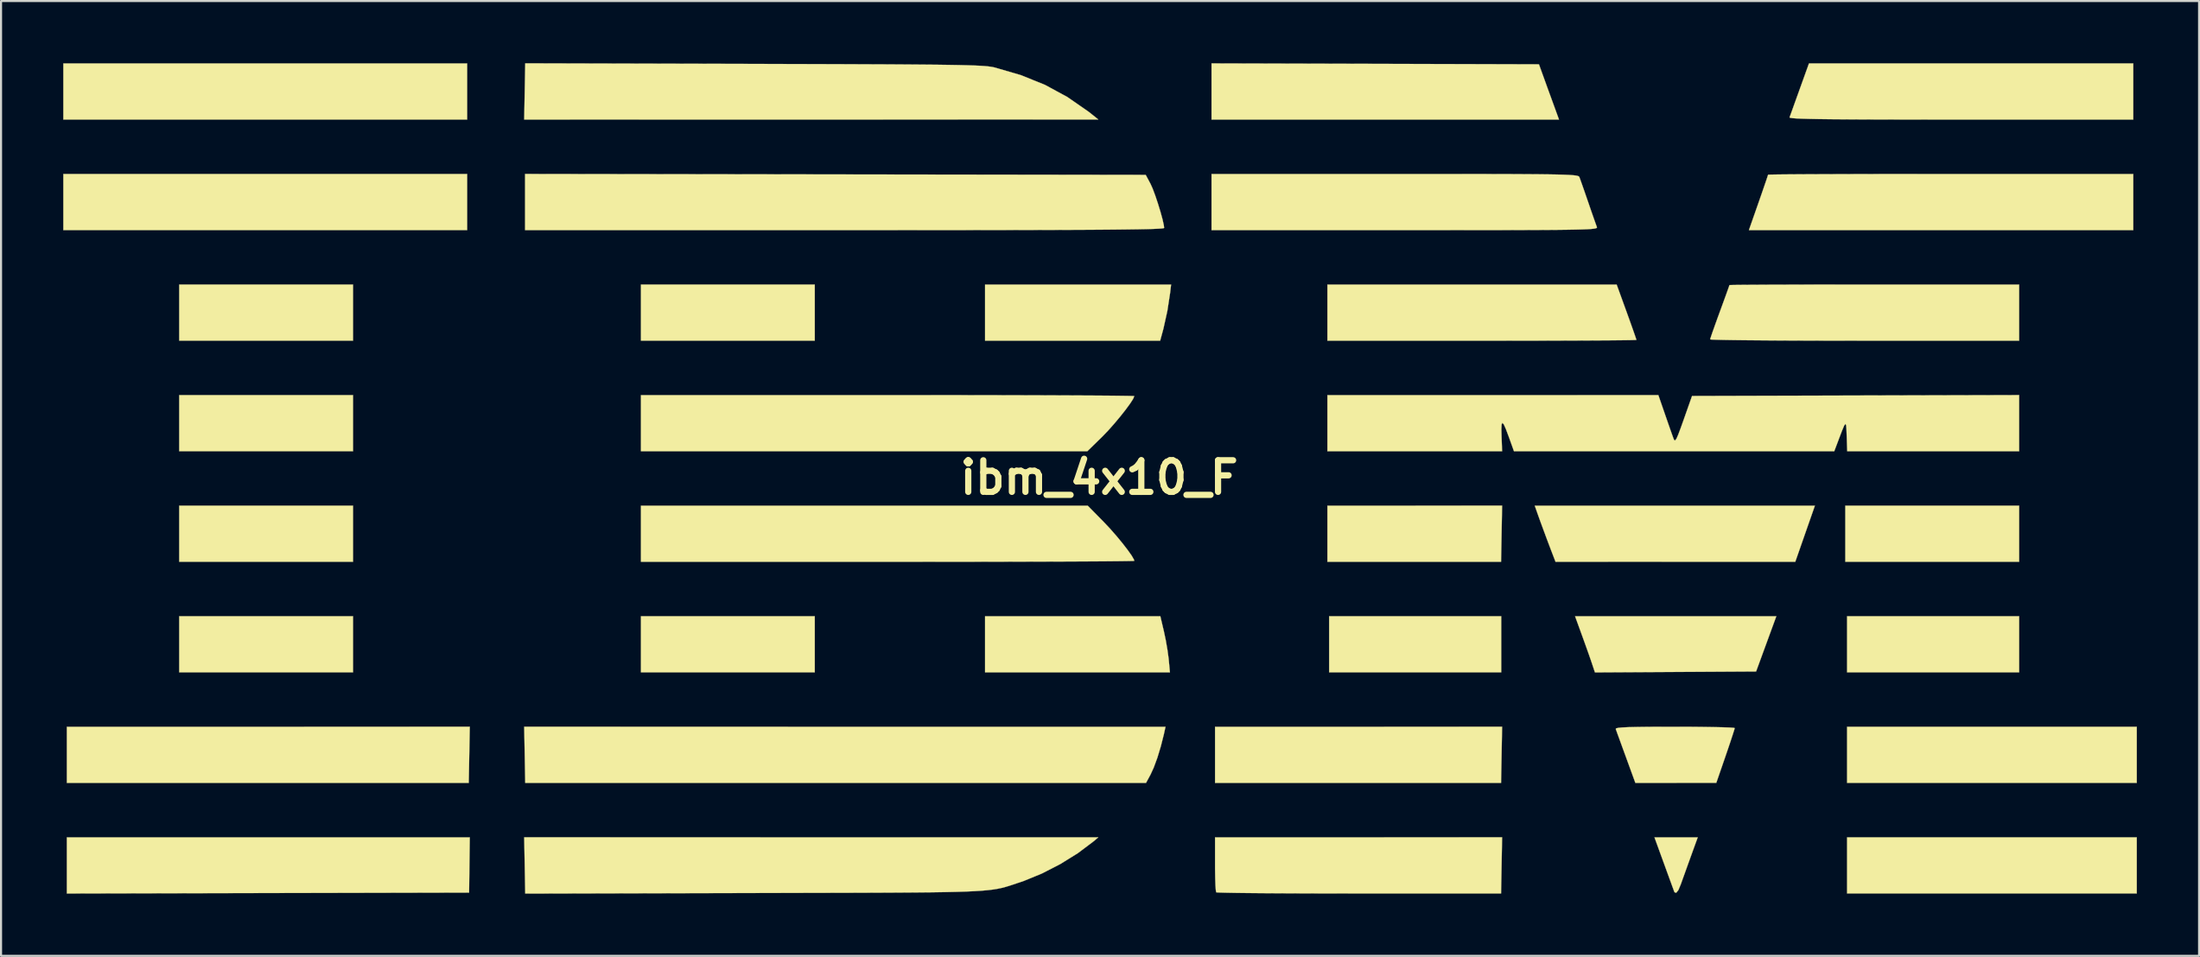
<source format=kicad_pcb>
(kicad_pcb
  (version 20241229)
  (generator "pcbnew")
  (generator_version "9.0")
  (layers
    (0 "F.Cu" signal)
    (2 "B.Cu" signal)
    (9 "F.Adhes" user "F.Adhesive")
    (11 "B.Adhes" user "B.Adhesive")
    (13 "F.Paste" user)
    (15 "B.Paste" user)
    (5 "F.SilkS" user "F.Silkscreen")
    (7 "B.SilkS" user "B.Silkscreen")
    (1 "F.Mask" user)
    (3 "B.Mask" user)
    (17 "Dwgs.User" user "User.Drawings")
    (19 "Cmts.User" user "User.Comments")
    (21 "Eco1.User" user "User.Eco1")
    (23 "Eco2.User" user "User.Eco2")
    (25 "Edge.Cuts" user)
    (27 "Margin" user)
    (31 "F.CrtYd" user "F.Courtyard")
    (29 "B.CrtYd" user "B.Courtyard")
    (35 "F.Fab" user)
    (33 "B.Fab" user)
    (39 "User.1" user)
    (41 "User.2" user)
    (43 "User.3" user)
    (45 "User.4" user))
  (footprint "ibm_4x10_F"
    (layer "F.Cu")
    (at 49.958 19.991)
    (property "Reference" "ibm_4x10_F" (at 0 0 0) (layer "F.SilkS") (effects (font (size 1.524 1.524) (thickness 0.3))))
    (attr through_hole)
    (fp_poly (pts (xy -35.983 -6.604) (xy -44.365 -6.604) (xy -44.365 -9.313) (xy -35.983 -9.313) (xy -35.983 -6.604)) (stroke (width 0.01) (type solid)) (fill yes) (layer "F.SilkS"))
    (fp_poly (pts (xy -35.983 -1.27) (xy -44.365 -1.27) (xy -44.365 -3.979) (xy -35.983 -3.979) (xy -35.983 -1.27)) (stroke (width 0.01) (type solid)) (fill yes) (layer "F.SilkS"))
    (fp_poly (pts (xy -35.983 4.064) (xy -44.365 4.064) (xy -44.365 1.355) (xy -35.983 1.355) (xy -35.983 4.064)) (stroke (width 0.01) (type solid)) (fill yes) (layer "F.SilkS"))
    (fp_poly (pts (xy -35.983 9.398) (xy -44.365 9.398) (xy -44.365 6.689) (xy -35.983 6.689) (xy -35.983 9.398)) (stroke (width 0.01) (type solid)) (fill yes) (layer "F.SilkS"))
    (fp_poly (pts (xy -30.48 -17.272) (xy -49.953 -17.272) (xy -49.953 -19.981) (xy -30.48 -19.981) (xy -30.48 -17.272)) (stroke (width 0.01) (type solid)) (fill yes) (layer "F.SilkS"))
    (fp_poly (pts (xy -30.48 -11.938) (xy -49.953 -11.938) (xy -49.953 -14.647) (xy -30.48 -14.647) (xy -30.48 -11.938)) (stroke (width 0.01) (type solid)) (fill yes) (layer "F.SilkS"))
    (fp_poly (pts (xy -13.716 -6.604) (xy -22.098 -6.604) (xy -22.098 -9.313) (xy -13.716 -9.313) (xy -13.716 -6.604)) (stroke (width 0.01) (type solid)) (fill yes) (layer "F.SilkS"))
    (fp_poly (pts (xy -13.716 9.398) (xy -22.098 9.398) (xy -22.098 6.689) (xy -13.716 6.689) (xy -13.716 9.398)) (stroke (width 0.01) (type solid)) (fill yes) (layer "F.SilkS"))
    (fp_poly (pts (xy 19.389 9.398) (xy 11.091 9.398) (xy 11.091 6.689) (xy 19.389 6.689) (xy 19.389 9.398)) (stroke (width 0.01) (type solid)) (fill yes) (layer "F.SilkS"))
    (fp_poly (pts (xy 44.365 4.064) (xy 35.983 4.064) (xy 35.983 1.355) (xy 44.365 1.355) (xy 44.365 4.064)) (stroke (width 0.01) (type solid)) (fill yes) (layer "F.SilkS"))
    (fp_poly (pts (xy 44.365 9.398) (xy 36.068 9.398) (xy 36.068 6.689) (xy 44.365 6.689) (xy 44.365 9.398)) (stroke (width 0.01) (type solid)) (fill yes) (layer "F.SilkS"))
    (fp_poly (pts (xy 50.038 14.732) (xy 36.068 14.732) (xy 36.068 12.023) (xy 50.038 12.023) (xy 50.038 14.732)) (stroke (width 0.01) (type solid)) (fill yes) (layer "F.SilkS"))
    (fp_poly (pts (xy 50.038 20.066) (xy 36.068 20.066) (xy 36.068 17.357) (xy 50.038 17.357) (xy 50.038 20.066)) (stroke (width 0.01) (type solid)) (fill yes) (layer "F.SilkS"))
    (fp_poly (pts (xy -30.378 13.377) (xy -30.403 14.732) (xy -49.784 14.732) (xy -49.784 12.023) (xy -40.069 12.023) (xy -30.353 12.022) (xy -30.378 13.377)) (stroke (width 0.01) (type solid)) (fill yes) (layer "F.SilkS"))
    (fp_poly (pts (xy 19.406 2.709) (xy 19.381 4.064) (xy 11.007 4.064) (xy 11.007 1.355) (xy 15.219 1.355) (xy 19.431 1.354) (xy 19.406 2.709)) (stroke (width 0.01) (type solid)) (fill yes) (layer "F.SilkS"))
    (fp_poly (pts (xy 19.406 13.377) (xy 19.381 14.732) (xy 5.588 14.732) (xy 5.588 12.023) (xy 12.509 12.023) (xy 19.431 12.022) (xy 19.406 13.377)) (stroke (width 0.01) (type solid)) (fill yes) (layer "F.SilkS"))
    (fp_poly (pts (xy -30.37 18.69) (xy -30.386 20.024) (xy -40.085 20.045) (xy -49.784 20.067) (xy -49.784 17.357) (xy -40.069 17.357) (xy -30.353 17.357) (xy -30.37 18.69)) (stroke (width 0.01) (type solid)) (fill yes) (layer "F.SilkS"))
    (fp_poly (pts (xy 3.421 -8.911) (xy 3.288 -8.042) (xy 3.101 -7.198) (xy 3.073 -7.091) (xy 2.941 -6.604) (xy -5.503 -6.604) (xy -5.503 -9.313) (xy 3.468 -9.313) (xy 3.421 -8.911)) (stroke (width 0.01) (type solid)) (fill yes) (layer "F.SilkS"))
    (fp_poly (pts (xy 3.123 7.429) (xy 3.214 7.862) (xy 3.294 8.326) (xy 3.349 8.731) (xy 3.354 8.784) (xy 3.411 9.398) (xy -5.503 9.398) (xy -5.503 6.689) (xy 2.949 6.689) (xy 3.123 7.429)) (stroke (width 0.01) (type solid)) (fill yes) (layer "F.SilkS"))
    (fp_poly (pts (xy 31.68 9.356) (xy 23.909 9.4) (xy 23.775 8.997) (xy 23.692 8.752) (xy 23.568 8.399) (xy 23.421 7.988) (xy 23.296 7.641) (xy 22.95 6.689) (xy 32.656 6.689) (xy 31.68 9.356)) (stroke (width 0.01) (type solid)) (fill yes) (layer "F.SilkS"))
    (fp_poly (pts (xy -12.264 12.023) (xy 3.199 12.023) (xy 3.12 12.383) (xy 2.975 12.959) (xy 2.807 13.514) (xy 2.629 13.997) (xy 2.476 14.33) (xy 2.259 14.732) (xy -27.678 14.732) (xy -27.728 12.022) (xy -12.264 12.023)) (stroke (width 0.01) (type solid)) (fill yes) (layer "F.SilkS"))
    (fp_poly (pts (xy 13.313 -19.961) (xy 21.208 -19.939) (xy 21.391 -19.431) (xy 21.503 -19.122) (xy 21.648 -18.72) (xy 21.804 -18.292) (xy 21.875 -18.098) (xy 22.175 -17.272) (xy 5.419 -17.272) (xy 5.419 -19.982) (xy 13.313 -19.961)) (stroke (width 0.01) (type solid)) (fill yes) (layer "F.SilkS"))
    (fp_poly (pts (xy 34.043 2.708) (xy 33.57 4.062) (xy 27.79 4.063) (xy 22.009 4.064) (xy 21.919 3.831) (xy 21.777 3.461) (xy 21.609 3.017) (xy 21.438 2.556) (xy 21.283 2.135) (xy 21.167 1.813) (xy 21.162 1.799) (xy 21.006 1.355) (xy 34.516 1.355) (xy 34.043 2.708)) (stroke (width 0.01) (type solid)) (fill yes) (layer "F.SilkS"))
    (fp_poly (pts (xy 28.521 18.309) (xy 28.372 18.723) (xy 28.231 19.116) (xy 28.115 19.438) (xy 28.05 19.621) (xy 27.932 19.903) (xy 27.829 20.033) (xy 27.748 20.007) (xy 27.729 19.966) (xy 27.687 19.851) (xy 27.598 19.607) (xy 27.473 19.264) (xy 27.323 18.853) (xy 27.233 18.605) (xy 26.779 17.357) (xy 28.866 17.357) (xy 28.521 18.309)) (stroke (width 0.01) (type solid)) (fill yes) (layer "F.SilkS"))
    (fp_poly (pts (xy 25.432 -7.997) (xy 25.591 -7.556) (xy 25.727 -7.173) (xy 25.831 -6.875) (xy 25.894 -6.69) (xy 25.908 -6.642) (xy 25.825 -6.637) (xy 25.585 -6.631) (xy 25.2 -6.626) (xy 24.682 -6.621) (xy 24.043 -6.617) (xy 23.295 -6.613) (xy 22.45 -6.61) (xy 21.52 -6.607) (xy 20.518 -6.606) (xy 19.455 -6.604) (xy 18.457 -6.604) (xy 11.007 -6.604) (xy 11.007 -9.313) (xy 24.955 -9.313) (xy 25.432 -7.997)) (stroke (width 0.01) (type solid)) (fill yes) (layer "F.SilkS"))
    (fp_poly (pts (xy 49.869 -11.938) (xy 31.334 -11.938) (xy 31.796 -13.257) (xy 31.95 -13.699) (xy 32.082 -14.082) (xy 32.184 -14.38) (xy 32.244 -14.564) (xy 32.258 -14.611) (xy 32.341 -14.616) (xy 32.582 -14.621) (xy 32.97 -14.626) (xy 33.494 -14.63) (xy 34.143 -14.634) (xy 34.906 -14.637) (xy 35.771 -14.64) (xy 36.728 -14.643) (xy 37.766 -14.645) (xy 38.872 -14.646) (xy 40.037 -14.647) (xy 41.063 -14.647) (xy 49.869 -14.647) (xy 49.869 -11.938)) (stroke (width 0.01) (type solid)) (fill yes) (layer "F.SilkS"))
    (fp_poly (pts (xy 19.406 18.711) (xy 19.381 20.066) (xy 12.541 20.066) (xy 11.479 20.065) (xy 10.467 20.063) (xy 9.516 20.06) (xy 8.64 20.056) (xy 7.852 20.051) (xy 7.163 20.045) (xy 6.587 20.038) (xy 6.137 20.03) (xy 5.825 20.022) (xy 5.664 20.013) (xy 5.644 20.01) (xy 5.625 19.909) (xy 5.608 19.671) (xy 5.596 19.324) (xy 5.589 18.9) (xy 5.588 18.655) (xy 5.588 17.357) (xy 12.509 17.357) (xy 19.431 17.356) (xy 19.406 18.711)) (stroke (width 0.01) (type solid)) (fill yes) (layer "F.SilkS"))
    (fp_poly (pts (xy 49.869 -17.272) (xy 41.562 -17.272) (xy 40.144 -17.272) (xy 38.886 -17.274) (xy 37.782 -17.276) (xy 36.821 -17.279) (xy 35.997 -17.284) (xy 35.3 -17.289) (xy 34.722 -17.296) (xy 34.255 -17.305) (xy 33.891 -17.315) (xy 33.622 -17.327) (xy 33.438 -17.341) (xy 33.331 -17.356) (xy 33.294 -17.374) (xy 33.294 -17.378) (xy 33.335 -17.491) (xy 33.423 -17.733) (xy 33.545 -18.075) (xy 33.693 -18.485) (xy 33.782 -18.733) (xy 34.231 -19.981) (xy 49.869 -19.981) (xy 49.869 -17.272)) (stroke (width 0.01) (type solid)) (fill yes) (layer "F.SilkS"))
    (fp_poly (pts (xy 0.216 2.138) (xy 0.522 2.463) (xy 0.832 2.816) (xy 1.123 3.169) (xy 1.375 3.495) (xy 1.567 3.766) (xy 1.676 3.956) (xy 1.693 4.017) (xy 1.61 4.023) (xy 1.367 4.028) (xy 0.974 4.033) (xy 0.441 4.038) (xy -0.224 4.043) (xy -1.01 4.047) (xy -1.909 4.051) (xy -2.909 4.054) (xy -4.003 4.057) (xy -5.18 4.06) (xy -6.43 4.062) (xy -7.745 4.063) (xy -9.114 4.064) (xy -10.202 4.064) (xy -22.098 4.064) (xy -22.098 1.355) (xy -0.554 1.355) (xy 0.216 2.138)) (stroke (width 0.01) (type solid)) (fill yes) (layer "F.SilkS"))
    (fp_poly (pts (xy -8.798 -3.979) (xy -7.44 -3.978) (xy -6.139 -3.976) (xy -4.905 -3.974) (xy -3.746 -3.971) (xy -2.673 -3.968) (xy -1.695 -3.964) (xy -0.821 -3.96) (xy -0.062 -3.956) (xy 0.574 -3.951) (xy 1.077 -3.945) (xy 1.436 -3.94) (xy 1.644 -3.934) (xy 1.693 -3.93) (xy 1.64 -3.799) (xy 1.494 -3.573) (xy 1.278 -3.278) (xy 1.014 -2.944) (xy 0.724 -2.598) (xy 0.432 -2.268) (xy 0.159 -1.984) (xy 0.137 -1.962) (xy -0.572 -1.27) (xy -22.098 -1.27) (xy -22.098 -3.979) (xy -10.202 -3.979) (xy -8.798 -3.979)) (stroke (width 0.01) (type solid)) (fill yes) (layer "F.SilkS"))
    (fp_poly (pts (xy 28.442 12.024) (xy 29.065 12.03) (xy 29.611 12.038) (xy 30.062 12.048) (xy 30.398 12.06) (xy 30.599 12.074) (xy 30.649 12.086) (xy 30.623 12.184) (xy 30.55 12.413) (xy 30.441 12.746) (xy 30.303 13.153) (xy 30.205 13.44) (xy 29.76 14.731) (xy 25.859 14.732) (xy 25.404 13.483) (xy 25.245 13.047) (xy 25.106 12.664) (xy 24.996 12.363) (xy 24.928 12.174) (xy 24.911 12.129) (xy 24.934 12.099) (xy 25.036 12.075) (xy 25.229 12.056) (xy 25.527 12.042) (xy 25.944 12.033) (xy 26.494 12.026) (xy 27.191 12.023) (xy 27.762 12.023) (xy 28.442 12.024)) (stroke (width 0.01) (type solid)) (fill yes) (layer "F.SilkS"))
    (fp_poly (pts (xy -16.654 -19.958) (xy -15.051 -19.953) (xy -13.609 -19.949) (xy -12.318 -19.945) (xy -11.169 -19.94) (xy -10.154 -19.936) (xy -9.264 -19.93) (xy -8.489 -19.924) (xy -7.82 -19.918) (xy -7.249 -19.91) (xy -6.767 -19.902) (xy -6.365 -19.892) (xy -6.033 -19.881) (xy -5.764 -19.869) (xy -5.547 -19.855) (xy -5.374 -19.84) (xy -5.235 -19.822) (xy -5.123 -19.803) (xy -5.038 -19.784) (xy -3.767 -19.413) (xy -2.611 -18.945) (xy -1.535 -18.361) (xy -0.506 -17.647) (xy -0.254 -17.447) (xy -0.042 -17.276) (xy -13.885 -17.274) (xy -27.728 -17.272) (xy -27.703 -18.629) (xy -27.678 -19.986) (xy -16.654 -19.958)) (stroke (width 0.01) (type solid)) (fill yes) (layer "F.SilkS"))
    (fp_poly (pts (xy -12.721 -14.626) (xy 2.244 -14.605) (xy 2.474 -14.174) (xy 2.58 -13.939) (xy 2.705 -13.604) (xy 2.835 -13.215) (xy 2.957 -12.815) (xy 3.056 -12.452) (xy 3.118 -12.17) (xy 3.132 -12.044) (xy 3.102 -12.03) (xy 3.008 -12.018) (xy 2.843 -12.007) (xy 2.601 -11.996) (xy 2.277 -11.987) (xy 1.863 -11.979) (xy 1.354 -11.972) (xy 0.743 -11.965) (xy 0.025 -11.959) (xy -0.806 -11.954) (xy -1.758 -11.95) (xy -2.836 -11.947) (xy -4.046 -11.944) (xy -5.395 -11.942) (xy -6.889 -11.94) (xy -8.533 -11.939) (xy -10.334 -11.938) (xy -12.277 -11.938) (xy -27.686 -11.938) (xy -27.686 -14.648) (xy -12.721 -14.626)) (stroke (width 0.01) (type solid)) (fill yes) (layer "F.SilkS"))
    (fp_poly (pts (xy -0.042 17.358) (xy -0.296 17.571) (xy -1.032 18.124) (xy -1.875 18.647) (xy -2.762 19.103) (xy -3.629 19.459) (xy -3.768 19.506) (xy -3.984 19.579) (xy -4.177 19.644) (xy -4.356 19.702) (xy -4.53 19.754) (xy -4.709 19.8) (xy -4.903 19.841) (xy -5.121 19.876) (xy -5.371 19.906) (xy -5.664 19.932) (xy -6.01 19.954) (xy -6.417 19.973) (xy -6.894 19.988) (xy -7.453 20) (xy -8.101 20.01) (xy -8.848 20.017) (xy -9.704 20.023) (xy -10.678 20.028) (xy -11.779 20.032) (xy -13.018 20.035) (xy -14.403 20.038) (xy -15.944 20.042) (xy -16.654 20.044) (xy -27.678 20.071) (xy -27.703 18.714) (xy -27.728 17.356) (xy -0.042 17.358)) (stroke (width 0.01) (type solid)) (fill yes) (layer "F.SilkS"))
    (fp_poly (pts (xy 44.365 -6.604) (xy 36.915 -6.604) (xy 35.808 -6.605) (xy 34.75 -6.607) (xy 33.755 -6.61) (xy 32.833 -6.614) (xy 31.998 -6.62) (xy 31.26 -6.626) (xy 30.633 -6.633) (xy 30.127 -6.641) (xy 29.756 -6.65) (xy 29.532 -6.659) (xy 29.465 -6.668) (xy 29.493 -6.765) (xy 29.57 -6.992) (xy 29.687 -7.322) (xy 29.832 -7.725) (xy 29.931 -7.995) (xy 30.088 -8.425) (xy 30.223 -8.796) (xy 30.325 -9.081) (xy 30.384 -9.25) (xy 30.395 -9.286) (xy 30.478 -9.29) (xy 30.717 -9.294) (xy 31.101 -9.298) (xy 31.617 -9.301) (xy 32.252 -9.305) (xy 32.994 -9.307) (xy 33.831 -9.31) (xy 34.749 -9.311) (xy 35.737 -9.313) (xy 36.782 -9.313) (xy 37.38 -9.313) (xy 44.365 -9.313) (xy 44.365 -6.604)) (stroke (width 0.01) (type solid)) (fill yes) (layer "F.SilkS"))
    (fp_poly (pts (xy 44.365 -1.27) (xy 36.075 -1.27) (xy 36.05 -2.011) (xy 36.038 -2.339) (xy 36.021 -2.533) (xy 35.987 -2.589) (xy 35.926 -2.502) (xy 35.826 -2.266) (xy 35.678 -1.877) (xy 35.665 -1.841) (xy 35.449 -1.27) (xy 20.004 -1.27) (xy 19.769 -1.926) (xy 19.62 -2.326) (xy 19.514 -2.564) (xy 19.445 -2.642) (xy 19.407 -2.562) (xy 19.397 -2.324) (xy 19.404 -2.011) (xy 19.431 -1.27) (xy 15.219 -1.27) (xy 11.007 -1.27) (xy 11.007 -3.979) (xy 18.986 -3.979) (xy 26.966 -3.978) (xy 27.295 -3.026) (xy 27.432 -2.631) (xy 27.556 -2.277) (xy 27.653 -2.004) (xy 27.705 -1.863) (xy 27.742 -1.795) (xy 27.786 -1.798) (xy 27.847 -1.891) (xy 27.933 -2.091) (xy 28.055 -2.419) (xy 28.189 -2.794) (xy 28.592 -3.937) (xy 36.479 -3.959) (xy 44.365 -3.98) (xy 44.365 -1.27)) (stroke (width 0.01) (type solid)) (fill yes) (layer "F.SilkS"))
    (fp_poly (pts (xy 15.676 -14.647) (xy 16.934 -14.647) (xy 18.043 -14.646) (xy 19.01 -14.644) (xy 19.847 -14.642) (xy 20.563 -14.638) (xy 21.166 -14.634) (xy 21.667 -14.628) (xy 22.076 -14.621) (xy 22.402 -14.612) (xy 22.654 -14.601) (xy 22.842 -14.588) (xy 22.976 -14.574) (xy 23.065 -14.557) (xy 23.119 -14.537) (xy 23.147 -14.515) (xy 23.157 -14.499) (xy 23.206 -14.366) (xy 23.297 -14.108) (xy 23.419 -13.76) (xy 23.557 -13.358) (xy 23.58 -13.293) (xy 23.72 -12.885) (xy 23.845 -12.527) (xy 23.942 -12.252) (xy 23.998 -12.097) (xy 24.003 -12.086) (xy 24.006 -12.063) (xy 23.989 -12.042) (xy 23.943 -12.024) (xy 23.859 -12.008) (xy 23.727 -11.994) (xy 23.538 -11.982) (xy 23.283 -11.972) (xy 22.953 -11.964) (xy 22.539 -11.957) (xy 22.031 -11.951) (xy 21.42 -11.947) (xy 20.697 -11.944) (xy 19.853 -11.941) (xy 18.878 -11.94) (xy 17.764 -11.939) (xy 16.501 -11.938) (xy 15.08 -11.938) (xy 14.741 -11.938) (xy 5.419 -11.938) (xy 5.419 -14.647) (xy 14.257 -14.647) (xy 15.676 -14.647)) (stroke (width 0.01) (type solid)) (fill yes) (layer "F.SilkS")))
  (gr_rect
    (start -3 -3)
    (end 103.001 43.067)
    (stroke (width 0.1) (type default))
    (fill no)
    (layer "Edge.Cuts")))
</source>
